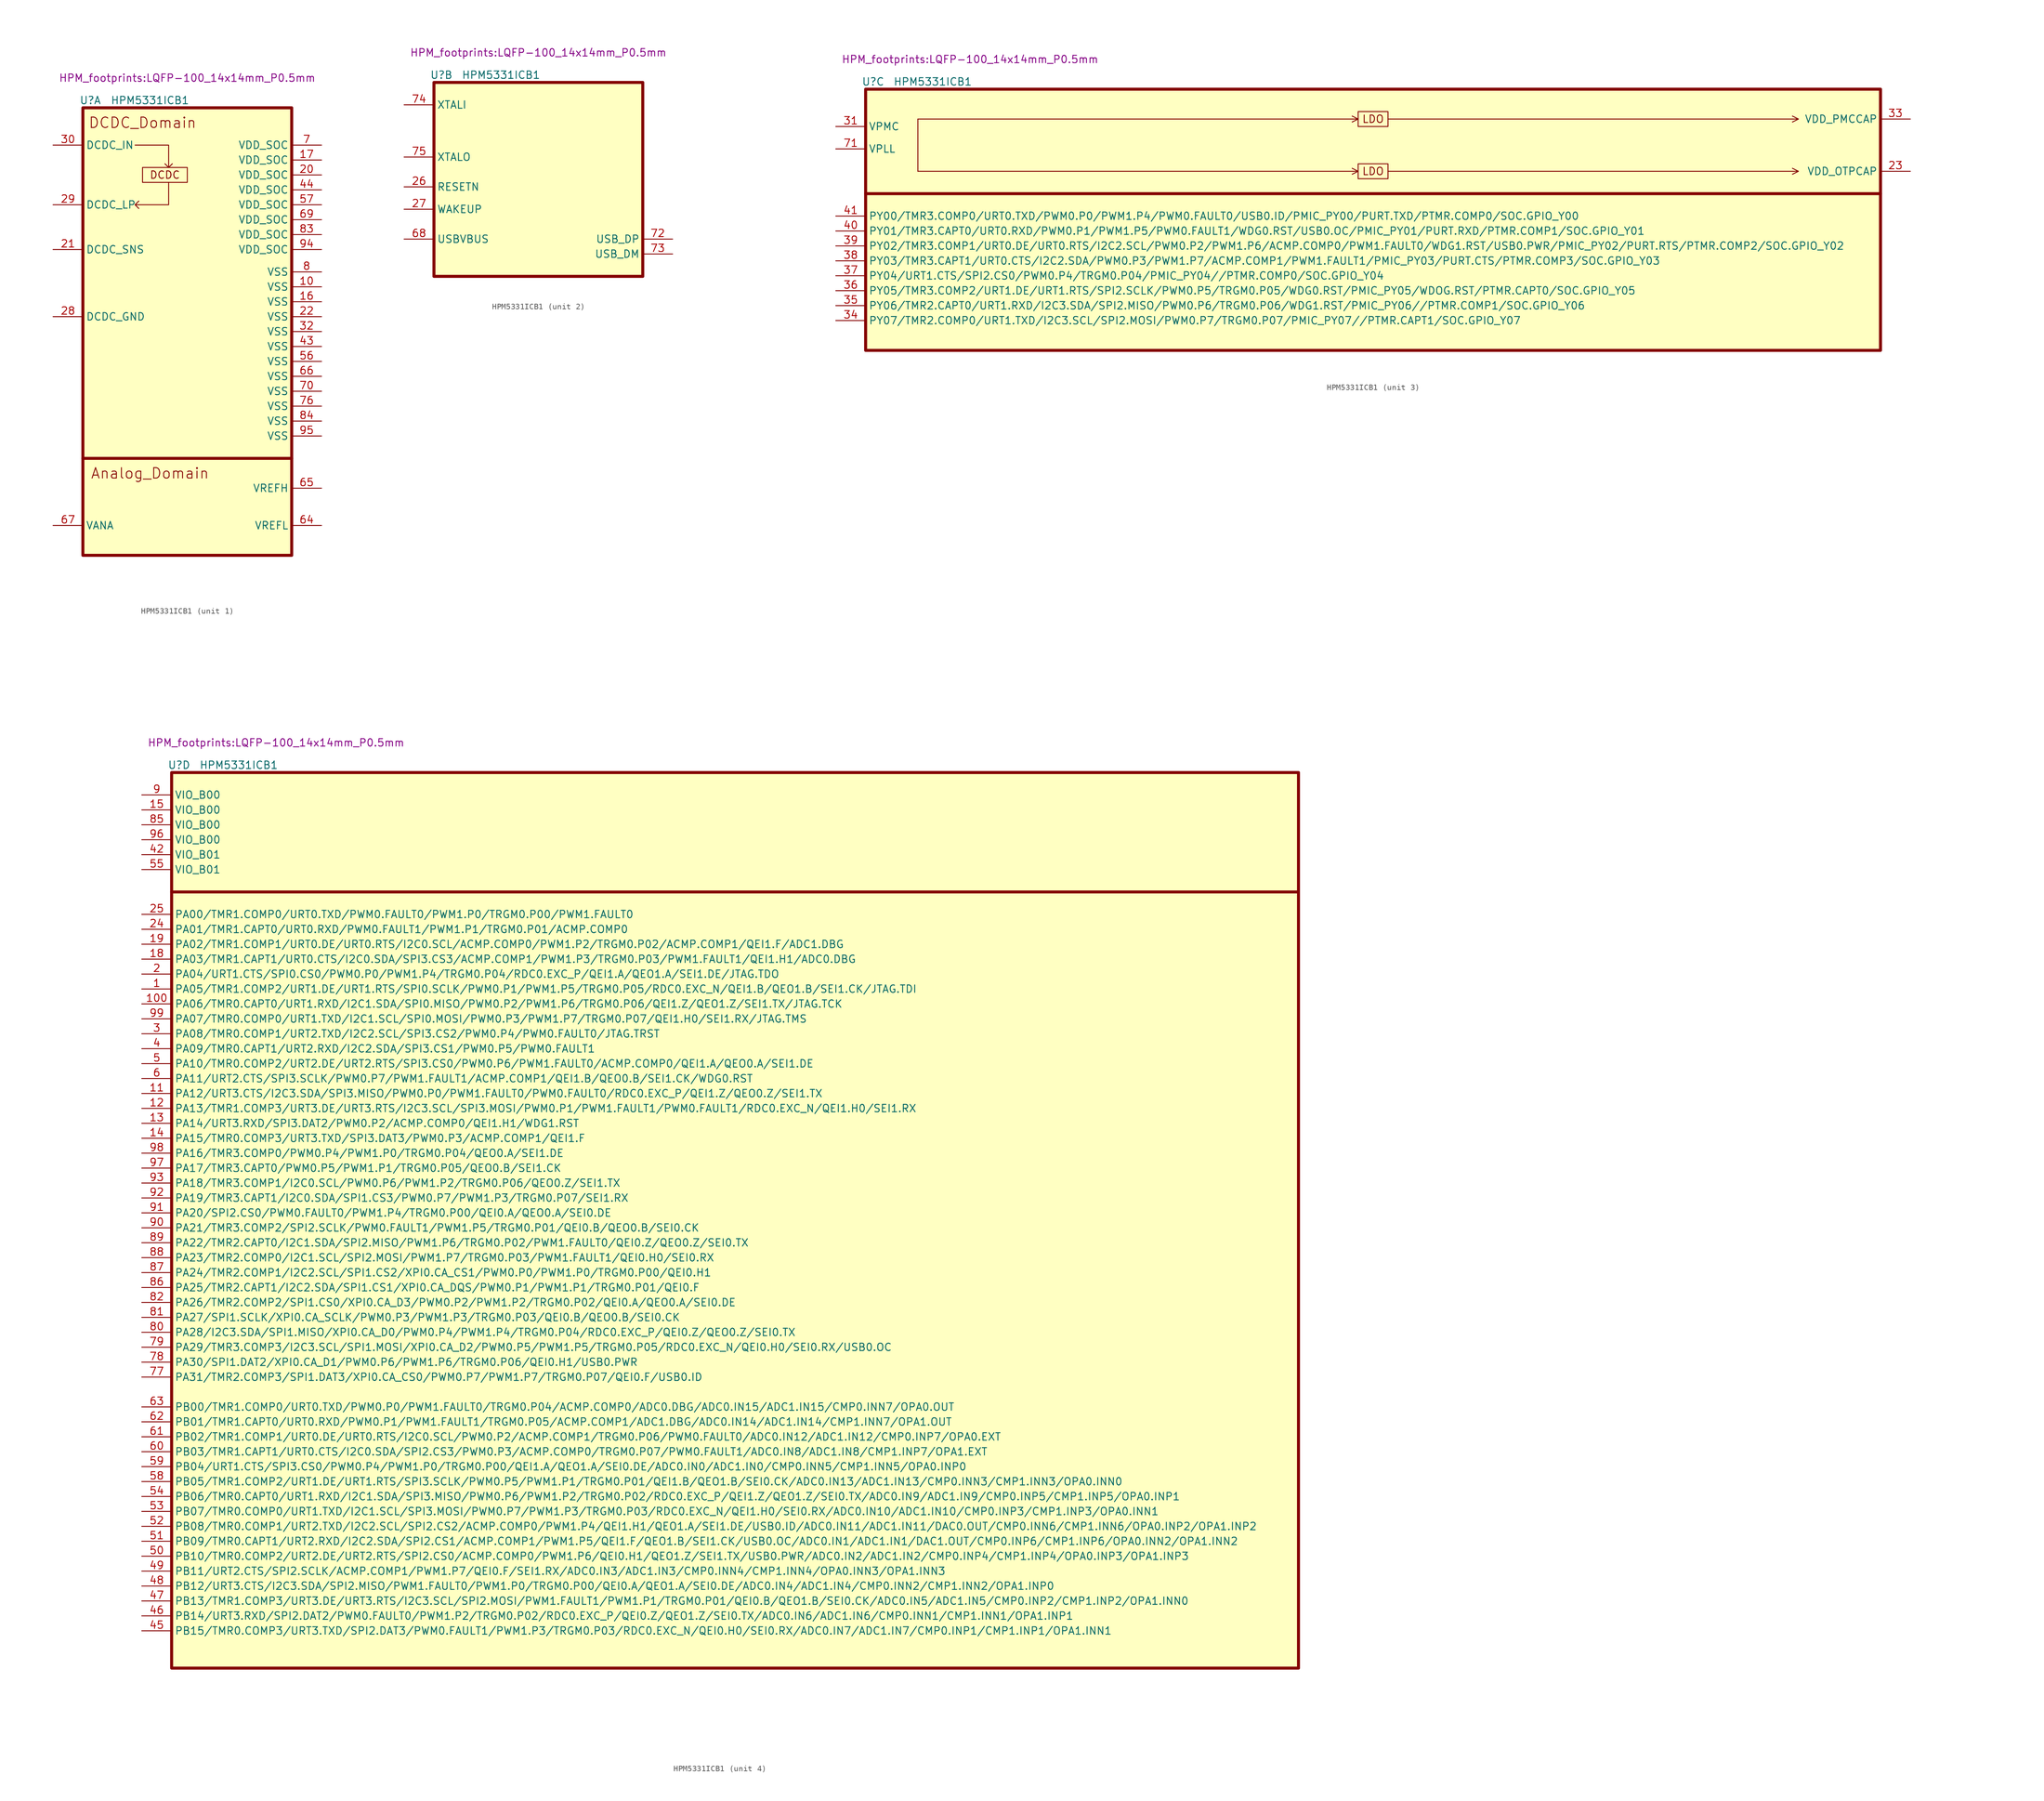
<source format=kicad_sym>
(kicad_symbol_lib
  (version 20220914)
  (generator kicad_symbol_editor)
  (symbol "HPM5331ICB1"
    (property "Reference" "U"
      (at 1.27 1.27 0)
      (effects (font (size 1.27 1.27))))
    (property "Value" "HPM5331ICB1"
      (at 11.43 1.27 0)
      (effects (font (size 1.27 1.27))))
    (property "Footprint" "HPM_footprints:LQFP-100_14x14mm_P0.5mm"
      (at 17.78 5.08 0)
      (effects (font (size 1.27 1.27))))
    (property "ki_locked" ""
      (at 0 0 0)
      (effects (font (size 1.27 1.27))))
    (symbol "HPM5331ICB1_1_1"
      (polyline (pts (xy 0 -59.69) (xy 35.56 -59.69)) (stroke (width 0.508) (type default)) (fill (type none)))
      (polyline (pts (xy 8.89 -6.35) (xy 14.605 -6.35) (xy 14.605 -10.16) (xy 13.97 -9.525) (xy 14.605 -10.16) (xy 15.24 -9.525)) (stroke (width 0) (type default)) (fill (type none)))
      (polyline (pts (xy 14.605 -12.7) (xy 14.605 -16.51) (xy 8.89 -16.51) (xy 9.525 -15.875) (xy 8.89 -16.51) (xy 9.525 -17.145)) (stroke (width 0) (type default)) (fill (type none)))
      (rectangle (start 0 0) (end 35.56 -76.2) (stroke (width 0.508) (type default)) (fill (type background)))
      (rectangle (start 10.16 -10.16) (end 17.78 -12.7) (stroke (width 0) (type default)) (fill (type none)))
      (text "Analog_Domain" (at 11.43 -62.23 0) (effects (font (size 1.778 1.778))))
      (text "DCDC" (at 13.97 -11.43 0) (effects (font (size 1.27 1.27))))
      (text "DCDC_Domain" (at 10.16 -2.54 0) (effects (font (size 1.778 1.778))))
      (pin power_in line (at 40.64 -30.48 180) (length 5.08) (name "VSS" (effects (font (size 1.27 1.27)))) (number "10" (effects (font (size 1.27 1.27)))))
      (pin power_in line (at 40.64 -33.02 180) (length 5.08) (name "VSS" (effects (font (size 1.27 1.27)))) (number "16" (effects (font (size 1.27 1.27)))))
      (pin power_in line (at 40.64 -8.89 180) (length 5.08) (name "VDD_SOC" (effects (font (size 1.27 1.27)))) (number "17" (effects (font (size 1.27 1.27)))))
      (pin power_in line (at 40.64 -11.43 180) (length 5.08) (name "VDD_SOC" (effects (font (size 1.27 1.27)))) (number "20" (effects (font (size 1.27 1.27)))))
      (pin power_in line (at -5.08 -24.13 0) (length 5.08) (name "DCDC_SNS" (effects (font (size 1.27 1.27)))) (number "21" (effects (font (size 1.27 1.27)))))
      (pin power_in line (at 40.64 -35.56 180) (length 5.08) (name "VSS" (effects (font (size 1.27 1.27)))) (number "22" (effects (font (size 1.27 1.27)))))
      (pin power_in line (at -5.08 -35.56 0) (length 5.08) (name "DCDC_GND" (effects (font (size 1.27 1.27)))) (number "28" (effects (font (size 1.27 1.27)))))
      (pin power_in line (at -5.08 -16.51 0) (length 5.08) (name "DCDC_LP" (effects (font (size 1.27 1.27)))) (number "29" (effects (font (size 1.27 1.27)))))
      (pin power_in line (at -5.08 -6.35 0) (length 5.08) (name "DCDC_IN" (effects (font (size 1.27 1.27)))) (number "30" (effects (font (size 1.27 1.27)))))
      (pin power_in line (at 40.64 -38.1 180) (length 5.08) (name "VSS" (effects (font (size 1.27 1.27)))) (number "32" (effects (font (size 1.27 1.27)))))
      (pin power_in line (at 40.64 -40.64 180) (length 5.08) (name "VSS" (effects (font (size 1.27 1.27)))) (number "43" (effects (font (size 1.27 1.27)))))
      (pin power_in line (at 40.64 -13.97 180) (length 5.08) (name "VDD_SOC" (effects (font (size 1.27 1.27)))) (number "44" (effects (font (size 1.27 1.27)))))
      (pin power_in line (at 40.64 -43.18 180) (length 5.08) (name "VSS" (effects (font (size 1.27 1.27)))) (number "56" (effects (font (size 1.27 1.27)))))
      (pin power_in line (at 40.64 -16.51 180) (length 5.08) (name "VDD_SOC" (effects (font (size 1.27 1.27)))) (number "57" (effects (font (size 1.27 1.27)))))
      (pin power_in line (at 40.64 -71.12 180) (length 5.08) (name "VREFL" (effects (font (size 1.27 1.27)))) (number "64" (effects (font (size 1.27 1.27)))))
      (pin power_in line (at 40.64 -64.77 180) (length 5.08) (name "VREFH" (effects (font (size 1.27 1.27)))) (number "65" (effects (font (size 1.27 1.27)))))
      (pin power_in line (at 40.64 -45.72 180) (length 5.08) (name "VSS" (effects (font (size 1.27 1.27)))) (number "66" (effects (font (size 1.27 1.27)))))
      (pin power_in line (at -5.08 -71.12 0) (length 5.08) (name "VANA" (effects (font (size 1.27 1.27)))) (number "67" (effects (font (size 1.27 1.27)))))
      (pin power_in line (at 40.64 -19.05 180) (length 5.08) (name "VDD_SOC" (effects (font (size 1.27 1.27)))) (number "69" (effects (font (size 1.27 1.27)))))
      (pin power_in line (at 40.64 -6.35 180) (length 5.08) (name "VDD_SOC" (effects (font (size 1.27 1.27)))) (number "7" (effects (font (size 1.27 1.27)))))
      (pin power_in line (at 40.64 -48.26 180) (length 5.08) (name "VSS" (effects (font (size 1.27 1.27)))) (number "70" (effects (font (size 1.27 1.27)))))
      (pin power_in line (at 40.64 -50.8 180) (length 5.08) (name "VSS" (effects (font (size 1.27 1.27)))) (number "76" (effects (font (size 1.27 1.27)))))
      (pin power_in line (at 40.64 -27.94 180) (length 5.08) (name "VSS" (effects (font (size 1.27 1.27)))) (number "8" (effects (font (size 1.27 1.27)))))
      (pin power_in line (at 40.64 -21.59 180) (length 5.08) (name "VDD_SOC" (effects (font (size 1.27 1.27)))) (number "83" (effects (font (size 1.27 1.27)))))
      (pin power_in line (at 40.64 -53.34 180) (length 5.08) (name "VSS" (effects (font (size 1.27 1.27)))) (number "84" (effects (font (size 1.27 1.27)))))
      (pin power_in line (at 40.64 -24.13 180) (length 5.08) (name "VDD_SOC" (effects (font (size 1.27 1.27)))) (number "94" (effects (font (size 1.27 1.27)))))
      (pin power_in line (at 40.64 -55.88 180) (length 5.08) (name "VSS" (effects (font (size 1.27 1.27)))) (number "95" (effects (font (size 1.27 1.27))))))
    (symbol "HPM5331ICB1_2_1"
      (rectangle (start 0 0) (end 35.56 -33.02) (stroke (width 0.508) (type default)) (fill (type background)))
      (pin input line (at -5.08 -17.78 0) (length 5.08) (name "RESETN" (effects (font (size 1.27 1.27)))) (number "26" (effects (font (size 1.27 1.27)))))
      (pin input line (at -5.08 -21.59 0) (length 5.08) (name "WAKEUP" (effects (font (size 1.27 1.27)))) (number "27" (effects (font (size 1.27 1.27)))))
      (pin power_in line (at -5.08 -26.67 0) (length 5.08) (name "USBVBUS" (effects (font (size 1.27 1.27)))) (number "68" (effects (font (size 1.27 1.27)))))
      (pin bidirectional line (at 40.64 -26.67 180) (length 5.08) (name "USB_DP" (effects (font (size 1.27 1.27)))) (number "72" (effects (font (size 1.27 1.27)))))
      (pin bidirectional line (at 40.64 -29.21 180) (length 5.08) (name "USB_DM" (effects (font (size 1.27 1.27)))) (number "73" (effects (font (size 1.27 1.27)))))
      (pin bidirectional line (at -5.08 -3.81 0) (length 5.08) (name "XTALI" (effects (font (size 1.27 1.27)))) (number "74" (effects (font (size 1.27 1.27)))))
      (pin bidirectional line (at -5.08 -12.7 0) (length 5.08) (name "XTALO" (effects (font (size 1.27 1.27)))) (number "75" (effects (font (size 1.27 1.27))))))
    (symbol "HPM5331ICB1_3_0"
      (polyline (pts (xy 8.89 -13.97) (xy 83.82 -13.97) (xy 82.804 -13.462) (xy 83.82 -13.97) (xy 82.804 -14.478)) (stroke (width 0) (type default)) (fill (type none)))
      (polyline (pts (xy 8.89 -5.08) (xy 83.82 -5.08) (xy 82.804 -4.572) (xy 83.82 -5.08) (xy 82.804 -5.588)) (stroke (width 0) (type default)) (fill (type none)))
      (polyline (pts (xy 88.9 -13.97) (xy 158.75 -13.97) (xy 157.734 -13.462) (xy 158.75 -13.97) (xy 157.734 -14.478)) (stroke (width 0) (type default)) (fill (type none)))
      (polyline (pts (xy 88.9 -5.08) (xy 158.75 -5.08) (xy 157.734 -4.572) (xy 158.75 -5.08) (xy 157.734 -5.588)) (stroke (width 0) (type default)) (fill (type none))))
    (symbol "HPM5331ICB1_3_1"
      (polyline (pts (xy 0 -17.78) (xy 172.72 -17.78)) (stroke (width 0.508) (type default)) (fill (type none)))
      (polyline (pts (xy 8.89 -12.7) (xy 8.89 -5.08) (xy 8.89 -13.97)) (stroke (width 0) (type default)) (fill (type none)))
      (rectangle (start 0 0) (end 172.72 -44.45) (stroke (width 0.508) (type default)) (fill (type background)))
      (rectangle (start 83.82 -12.7) (end 88.9 -15.24) (stroke (width 0) (type default)) (fill (type none)))
      (rectangle (start 83.82 -3.81) (end 88.9 -6.35) (stroke (width 0) (type default)) (fill (type none)))
      (text "LDO" (at 86.36 -13.97 0) (effects (font (size 1.27 1.27))))
      (text "LDO" (at 86.36 -5.08 0) (effects (font (size 1.27 1.27))))
      (pin power_out line (at 177.8 -13.97 180) (length 5.08) (name "VDD_OTPCAP" (effects (font (size 1.27 1.27)))) (number "23" (effects (font (size 1.27 1.27)))))
      (pin power_in line (at -5.08 -6.35 0) (length 5.08) (name "VPMC" (effects (font (size 1.27 1.27)))) (number "31" (effects (font (size 1.27 1.27)))))
      (pin power_out line (at 177.8 -5.08 180) (length 5.08) (name "VDD_PMCCAP" (effects (font (size 1.27 1.27)))) (number "33" (effects (font (size 1.27 1.27)))))
      (pin bidirectional line (at -5.08 -39.37 0) (length 5.08) (name "PY07/TMR2.COMP0/URT1.TXD/I2C3.SCL/SPI2.MOSI/PWM0.P7/TRGM0.P07/PMIC_PY07//PTMR.CAPT1/SOC.GPIO_Y07" (effects (font (size 1.27 1.27)))) (number "34" (effects (font (size 1.27 1.27)))))
      (pin bidirectional line (at -5.08 -36.83 0) (length 5.08) (name "PY06/TMR2.CAPT0/URT1.RXD/I2C3.SDA/SPI2.MISO/PWM0.P6/TRGM0.P06/WDG1.RST/PMIC_PY06//PTMR.COMP1/SOC.GPIO_Y06" (effects (font (size 1.27 1.27)))) (number "35" (effects (font (size 1.27 1.27)))))
      (pin bidirectional line (at -5.08 -34.29 0) (length 5.08) (name "PY05/TMR3.COMP2/URT1.DE/URT1.RTS/SPI2.SCLK/PWM0.P5/TRGM0.P05/WDG0.RST/PMIC_PY05/WDOG.RST/PTMR.CAPT0/SOC.GPIO_Y05" (effects (font (size 1.27 1.27)))) (number "36" (effects (font (size 1.27 1.27)))))
      (pin bidirectional line (at -5.08 -31.75 0) (length 5.08) (name "PY04/URT1.CTS/SPI2.CS0/PWM0.P4/TRGM0.P04/PMIC_PY04//PTMR.COMP0/SOC.GPIO_Y04" (effects (font (size 1.27 1.27)))) (number "37" (effects (font (size 1.27 1.27)))))
      (pin bidirectional line (at -5.08 -29.21 0) (length 5.08) (name "PY03/TMR3.CAPT1/URT0.CTS/I2C2.SDA/PWM0.P3/PWM1.P7/ACMP.COMP1/PWM1.FAULT1/PMIC_PY03/PURT.CTS/PTMR.COMP3/SOC.GPIO_Y03" (effects (font (size 1.27 1.27)))) (number "38" (effects (font (size 1.27 1.27)))))
      (pin bidirectional line (at -5.08 -26.67 0) (length 5.08) (name "PY02/TMR3.COMP1/URT0.DE/URT0.RTS/I2C2.SCL/PWM0.P2/PWM1.P6/ACMP.COMP0/PWM1.FAULT0/WDG1.RST/USB0.PWR/PMIC_PY02/PURT.RTS/PTMR.COMP2/SOC.GPIO_Y02" (effects (font (size 1.27 1.27)))) (number "39" (effects (font (size 1.27 1.27)))))
      (pin bidirectional line (at -5.08 -24.13 0) (length 5.08) (name "PY01/TMR3.CAPT0/URT0.RXD/PWM0.P1/PWM1.P5/PWM0.FAULT1/WDG0.RST/USB0.OC/PMIC_PY01/PURT.RXD/PTMR.COMP1/SOC.GPIO_Y01" (effects (font (size 1.27 1.27)))) (number "40" (effects (font (size 1.27 1.27)))))
      (pin bidirectional line (at -5.08 -21.59 0) (length 5.08) (name "PY00/TMR3.COMP0/URT0.TXD/PWM0.P0/PWM1.P4/PWM0.FAULT0/USB0.ID/PMIC_PY00/PURT.TXD/PTMR.COMP0/SOC.GPIO_Y00" (effects (font (size 1.27 1.27)))) (number "41" (effects (font (size 1.27 1.27)))))
      (pin power_in line (at -5.08 -10.16 0) (length 5.08) (name "VPLL" (effects (font (size 1.27 1.27)))) (number "71" (effects (font (size 1.27 1.27))))))
    (symbol "HPM5331ICB1_4_1"
      (polyline (pts (xy 0 -20.32) (xy 191.77 -20.32)) (stroke (width 0.5) (type default)) (fill (type none)))
      (rectangle (start 0 0) (end 191.77 -152.4) (stroke (width 0.508) (type default)) (fill (type background)))
      (pin bidirectional line (at -5.08 -36.83 0) (length 5.08) (name "PA05/TMR1.COMP2/URT1.DE/URT1.RTS/SPI0.SCLK/PWM0.P1/PWM1.P5/TRGM0.P05/RDC0.EXC_N/QEI1.B/QEO1.B/SEI1.CK/JTAG.TDI" (effects (font (size 1.27 1.27)))) (number "1" (effects (font (size 1.27 1.27)))))
      (pin bidirectional line (at -5.08 -39.37 0) (length 5.08) (name "PA06/TMR0.CAPT0/URT1.RXD/I2C1.SDA/SPI0.MISO/PWM0.P2/PWM1.P6/TRGM0.P06/QEI1.Z/QEO1.Z/SEI1.TX/JTAG.TCK" (effects (font (size 1.27 1.27)))) (number "100" (effects (font (size 1.27 1.27)))))
      (pin bidirectional line (at -5.08 -54.61 0) (length 5.08) (name "PA12/URT3.CTS/I2C3.SDA/SPI3.MISO/PWM0.P0/PWM1.FAULT0/PWM0.FAULT0/RDC0.EXC_P/QEI1.Z/QEO0.Z/SEI1.TX" (effects (font (size 1.27 1.27)))) (number "11" (effects (font (size 1.27 1.27)))))
      (pin bidirectional line (at -5.08 -57.15 0) (length 5.08) (name "PA13/TMR1.COMP3/URT3.DE/URT3.RTS/I2C3.SCL/SPI3.MOSI/PWM0.P1/PWM1.FAULT1/PWM0.FAULT1/RDC0.EXC_N/QEI1.H0/SEI1.RX" (effects (font (size 1.27 1.27)))) (number "12" (effects (font (size 1.27 1.27)))))
      (pin bidirectional line (at -5.08 -59.69 0) (length 5.08) (name "PA14/URT3.RXD/SPI3.DAT2/PWM0.P2/ACMP.COMP0/QEI1.H1/WDG1.RST" (effects (font (size 1.27 1.27)))) (number "13" (effects (font (size 1.27 1.27)))))
      (pin bidirectional line (at -5.08 -62.23 0) (length 5.08) (name "PA15/TMR0.COMP3/URT3.TXD/SPI3.DAT3/PWM0.P3/ACMP.COMP1/QEI1.F" (effects (font (size 1.27 1.27)))) (number "14" (effects (font (size 1.27 1.27)))))
      (pin power_in line (at -5.08 -6.35 0) (length 5.08) (name "VIO_B00" (effects (font (size 1.27 1.27)))) (number "15" (effects (font (size 1.27 1.27)))))
      (pin bidirectional line (at -5.08 -31.75 0) (length 5.08) (name "PA03/TMR1.CAPT1/URT0.CTS/I2C0.SDA/SPI3.CS3/ACMP.COMP1/PWM1.P3/TRGM0.P03/PWM1.FAULT1/QEI1.H1/ADC0.DBG" (effects (font (size 1.27 1.27)))) (number "18" (effects (font (size 1.27 1.27)))))
      (pin bidirectional line (at -5.08 -29.21 0) (length 5.08) (name "PA02/TMR1.COMP1/URT0.DE/URT0.RTS/I2C0.SCL/ACMP.COMP0/PWM1.P2/TRGM0.P02/ACMP.COMP1/QEI1.F/ADC1.DBG" (effects (font (size 1.27 1.27)))) (number "19" (effects (font (size 1.27 1.27)))))
      (pin bidirectional line (at -5.08 -34.29 0) (length 5.08) (name "PA04/URT1.CTS/SPI0.CS0/PWM0.P0/PWM1.P4/TRGM0.P04/RDC0.EXC_P/QEI1.A/QEO1.A/SEI1.DE/JTAG.TDO" (effects (font (size 1.27 1.27)))) (number "2" (effects (font (size 1.27 1.27)))))
      (pin bidirectional line (at -5.08 -26.67 0) (length 5.08) (name "PA01/TMR1.CAPT0/URT0.RXD/PWM0.FAULT1/PWM1.P1/TRGM0.P01/ACMP.COMP0" (effects (font (size 1.27 1.27)))) (number "24" (effects (font (size 1.27 1.27)))))
      (pin bidirectional line (at -5.08 -24.13 0) (length 5.08) (name "PA00/TMR1.COMP0/URT0.TXD/PWM0.FAULT0/PWM1.P0/TRGM0.P00/PWM1.FAULT0" (effects (font (size 1.27 1.27)))) (number "25" (effects (font (size 1.27 1.27)))))
      (pin bidirectional line (at -5.08 -44.45 0) (length 5.08) (name "PA08/TMR0.COMP1/URT2.TXD/I2C2.SCL/SPI3.CS2/PWM0.P4/PWM0.FAULT0/JTAG.TRST" (effects (font (size 1.27 1.27)))) (number "3" (effects (font (size 1.27 1.27)))))
      (pin bidirectional line (at -5.08 -46.99 0) (length 5.08) (name "PA09/TMR0.CAPT1/URT2.RXD/I2C2.SDA/SPI3.CS1/PWM0.P5/PWM0.FAULT1" (effects (font (size 1.27 1.27)))) (number "4" (effects (font (size 1.27 1.27)))))
      (pin power_in line (at -5.08 -13.97 0) (length 5.08) (name "VIO_B01" (effects (font (size 1.27 1.27)))) (number "42" (effects (font (size 1.27 1.27)))))
      (pin bidirectional line (at -5.08 -146.05 0) (length 5.08) (name "PB15/TMR0.COMP3/URT3.TXD/SPI2.DAT3/PWM0.FAULT1/PWM1.P3/TRGM0.P03/RDC0.EXC_N/QEI0.H0/SEI0.RX/ADC0.IN7/ADC1.IN7/CMP0.INP1/CMP1.INP1/OPA1.INN1" (effects (font (size 1.27 1.27)))) (number "45" (effects (font (size 1.27 1.27)))))
      (pin bidirectional line (at -5.08 -143.51 0) (length 5.08) (name "PB14/URT3.RXD/SPI2.DAT2/PWM0.FAULT0/PWM1.P2/TRGM0.P02/RDC0.EXC_P/QEI0.Z/QEO1.Z/SEI0.TX/ADC0.IN6/ADC1.IN6/CMP0.INN1/CMP1.INN1/OPA1.INP1" (effects (font (size 1.27 1.27)))) (number "46" (effects (font (size 1.27 1.27)))))
      (pin bidirectional line (at -5.08 -140.97 0) (length 5.08) (name "PB13/TMR1.COMP3/URT3.DE/URT3.RTS/I2C3.SCL/SPI2.MOSI/PWM1.FAULT1/PWM1.P1/TRGM0.P01/QEI0.B/QEO1.B/SEI0.CK/ADC0.IN5/ADC1.IN5/CMP0.INP2/CMP1.INP2/OPA1.INN0" (effects (font (size 1.27 1.27)))) (number "47" (effects (font (size 1.27 1.27)))))
      (pin bidirectional line (at -5.08 -138.43 0) (length 5.08) (name "PB12/URT3.CTS/I2C3.SDA/SPI2.MISO/PWM1.FAULT0/PWM1.P0/TRGM0.P00/QEI0.A/QEO1.A/SEI0.DE/ADC0.IN4/ADC1.IN4/CMP0.INN2/CMP1.INN2/OPA1.INP0" (effects (font (size 1.27 1.27)))) (number "48" (effects (font (size 1.27 1.27)))))
      (pin bidirectional line (at -5.08 -135.89 0) (length 5.08) (name "PB11/URT2.CTS/SPI2.SCLK/ACMP.COMP1/PWM1.P7/QEI0.F/SEI1.RX/ADC0.IN3/ADC1.IN3/CMP0.INN4/CMP1.INN4/OPA0.INN3/OPA1.INN3" (effects (font (size 1.27 1.27)))) (number "49" (effects (font (size 1.27 1.27)))))
      (pin bidirectional line (at -5.08 -49.53 0) (length 5.08) (name "PA10/TMR0.COMP2/URT2.DE/URT2.RTS/SPI3.CS0/PWM0.P6/PWM1.FAULT0/ACMP.COMP0/QEI1.A/QEO0.A/SEI1.DE" (effects (font (size 1.27 1.27)))) (number "5" (effects (font (size 1.27 1.27)))))
      (pin bidirectional line (at -5.08 -133.35 0) (length 5.08) (name "PB10/TMR0.COMP2/URT2.DE/URT2.RTS/SPI2.CS0/ACMP.COMP0/PWM1.P6/QEI0.H1/QEO1.Z/SEI1.TX/USB0.PWR/ADC0.IN2/ADC1.IN2/CMP0.INP4/CMP1.INP4/OPA0.INP3/OPA1.INP3" (effects (font (size 1.27 1.27)))) (number "50" (effects (font (size 1.27 1.27)))))
      (pin bidirectional line (at -5.08 -130.81 0) (length 5.08) (name "PB09/TMR0.CAPT1/URT2.RXD/I2C2.SDA/SPI2.CS1/ACMP.COMP1/PWM1.P5/QEI1.F/QEO1.B/SEI1.CK/USB0.OC/ADC0.IN1/ADC1.IN1/DAC1.OUT/CMP0.INP6/CMP1.INP6/OPA0.INN2/OPA1.INN2" (effects (font (size 1.27 1.27)))) (number "51" (effects (font (size 1.27 1.27)))))
      (pin bidirectional line (at -5.08 -128.27 0) (length 5.08) (name "PB08/TMR0.COMP1/URT2.TXD/I2C2.SCL/SPI2.CS2/ACMP.COMP0/PWM1.P4/QEI1.H1/QEO1.A/SEI1.DE/USB0.ID/ADC0.IN11/ADC1.IN11/DAC0.OUT/CMP0.INN6/CMP1.INN6/OPA0.INP2/OPA1.INP2" (effects (font (size 1.27 1.27)))) (number "52" (effects (font (size 1.27 1.27)))))
      (pin bidirectional line (at -5.08 -125.73 0) (length 5.08) (name "PB07/TMR0.COMP0/URT1.TXD/I2C1.SCL/SPI3.MOSI/PWM0.P7/PWM1.P3/TRGM0.P03/RDC0.EXC_N/QEI1.H0/SEI0.RX/ADC0.IN10/ADC1.IN10/CMP0.INP3/CMP1.INP3/OPA0.INN1" (effects (font (size 1.27 1.27)))) (number "53" (effects (font (size 1.27 1.27)))))
      (pin bidirectional line (at -5.08 -123.19 0) (length 5.08) (name "PB06/TMR0.CAPT0/URT1.RXD/I2C1.SDA/SPI3.MISO/PWM0.P6/PWM1.P2/TRGM0.P02/RDC0.EXC_P/QEI1.Z/QEO1.Z/SEI0.TX/ADC0.IN9/ADC1.IN9/CMP0.INP5/CMP1.INP5/OPA0.INP1" (effects (font (size 1.27 1.27)))) (number "54" (effects (font (size 1.27 1.27)))))
      (pin power_in line (at -5.08 -16.51 0) (length 5.08) (name "VIO_B01" (effects (font (size 1.27 1.27)))) (number "55" (effects (font (size 1.27 1.27)))))
      (pin bidirectional line (at -5.08 -120.65 0) (length 5.08) (name "PB05/TMR1.COMP2/URT1.DE/URT1.RTS/SPI3.SCLK/PWM0.P5/PWM1.P1/TRGM0.P01/QEI1.B/QEO1.B/SEI0.CK/ADC0.IN13/ADC1.IN13/CMP0.INN3/CMP1.INN3/OPA0.INN0" (effects (font (size 1.27 1.27)))) (number "58" (effects (font (size 1.27 1.27)))))
      (pin bidirectional line (at -5.08 -118.11 0) (length 5.08) (name "PB04/URT1.CTS/SPI3.CS0/PWM0.P4/PWM1.P0/TRGM0.P00/QEI1.A/QEO1.A/SEI0.DE/ADC0.IN0/ADC1.IN0/CMP0.INN5/CMP1.INN5/OPA0.INP0" (effects (font (size 1.27 1.27)))) (number "59" (effects (font (size 1.27 1.27)))))
      (pin bidirectional line (at -5.08 -52.07 0) (length 5.08) (name "PA11/URT2.CTS/SPI3.SCLK/PWM0.P7/PWM1.FAULT1/ACMP.COMP1/QEI1.B/QEO0.B/SEI1.CK/WDG0.RST" (effects (font (size 1.27 1.27)))) (number "6" (effects (font (size 1.27 1.27)))))
      (pin bidirectional line (at -5.08 -115.57 0) (length 5.08) (name "PB03/TMR1.CAPT1/URT0.CTS/I2C0.SDA/SPI2.CS3/PWM0.P3/ACMP.COMP0/TRGM0.P07/PWM0.FAULT1/ADC0.IN8/ADC1.IN8/CMP1.INP7/OPA1.EXT" (effects (font (size 1.27 1.27)))) (number "60" (effects (font (size 1.27 1.27)))))
      (pin bidirectional line (at -5.08 -113.03 0) (length 5.08) (name "PB02/TMR1.COMP1/URT0.DE/URT0.RTS/I2C0.SCL/PWM0.P2/ACMP.COMP1/TRGM0.P06/PWM0.FAULT0/ADC0.IN12/ADC1.IN12/CMP0.INP7/OPA0.EXT" (effects (font (size 1.27 1.27)))) (number "61" (effects (font (size 1.27 1.27)))))
      (pin bidirectional line (at -5.08 -110.49 0) (length 5.08) (name "PB01/TMR1.CAPT0/URT0.RXD/PWM0.P1/PWM1.FAULT1/TRGM0.P05/ACMP.COMP1/ADC1.DBG/ADC0.IN14/ADC1.IN14/CMP1.INN7/OPA1.OUT" (effects (font (size 1.27 1.27)))) (number "62" (effects (font (size 1.27 1.27)))))
      (pin bidirectional line (at -5.08 -107.95 0) (length 5.08) (name "PB00/TMR1.COMP0/URT0.TXD/PWM0.P0/PWM1.FAULT0/TRGM0.P04/ACMP.COMP0/ADC0.DBG/ADC0.IN15/ADC1.IN15/CMP0.INN7/OPA0.OUT" (effects (font (size 1.27 1.27)))) (number "63" (effects (font (size 1.27 1.27)))))
      (pin bidirectional line (at -5.08 -102.87 0) (length 5.08) (name "PA31/TMR2.COMP3/SPI1.DAT3/XPI0.CA_CS0/PWM0.P7/PWM1.P7/TRGM0.P07/QEI0.F/USB0.ID" (effects (font (size 1.27 1.27)))) (number "77" (effects (font (size 1.27 1.27)))))
      (pin bidirectional line (at -5.08 -100.33 0) (length 5.08) (name "PA30/SPI1.DAT2/XPI0.CA_D1/PWM0.P6/PWM1.P6/TRGM0.P06/QEI0.H1/USB0.PWR" (effects (font (size 1.27 1.27)))) (number "78" (effects (font (size 1.27 1.27)))))
      (pin bidirectional line (at -5.08 -97.79 0) (length 5.08) (name "PA29/TMR3.COMP3/I2C3.SCL/SPI1.MOSI/XPI0.CA_D2/PWM0.P5/PWM1.P5/TRGM0.P05/RDC0.EXC_N/QEI0.H0/SEI0.RX/USB0.OC" (effects (font (size 1.27 1.27)))) (number "79" (effects (font (size 1.27 1.27)))))
      (pin bidirectional line (at -5.08 -95.25 0) (length 5.08) (name "PA28/I2C3.SDA/SPI1.MISO/XPI0.CA_D0/PWM0.P4/PWM1.P4/TRGM0.P04/RDC0.EXC_P/QEI0.Z/QEO0.Z/SEI0.TX" (effects (font (size 1.27 1.27)))) (number "80" (effects (font (size 1.27 1.27)))))
      (pin bidirectional line (at -5.08 -92.71 0) (length 5.08) (name "PA27/SPI1.SCLK/XPI0.CA_SCLK/PWM0.P3/PWM1.P3/TRGM0.P03/QEI0.B/QEO0.B/SEI0.CK" (effects (font (size 1.27 1.27)))) (number "81" (effects (font (size 1.27 1.27)))))
      (pin bidirectional line (at -5.08 -90.17 0) (length 5.08) (name "PA26/TMR2.COMP2/SPI1.CS0/XPI0.CA_D3/PWM0.P2/PWM1.P2/TRGM0.P02/QEI0.A/QEO0.A/SEI0.DE" (effects (font (size 1.27 1.27)))) (number "82" (effects (font (size 1.27 1.27)))))
      (pin power_in line (at -5.08 -8.89 0) (length 5.08) (name "VIO_B00" (effects (font (size 1.27 1.27)))) (number "85" (effects (font (size 1.27 1.27)))))
      (pin bidirectional line (at -5.08 -87.63 0) (length 5.08) (name "PA25/TMR2.CAPT1/I2C2.SDA/SPI1.CS1/XPI0.CA_DQS/PWM0.P1/PWM1.P1/TRGM0.P01/QEI0.F" (effects (font (size 1.27 1.27)))) (number "86" (effects (font (size 1.27 1.27)))))
      (pin bidirectional line (at -5.08 -85.09 0) (length 5.08) (name "PA24/TMR2.COMP1/I2C2.SCL/SPI1.CS2/XPI0.CA_CS1/PWM0.P0/PWM1.P0/TRGM0.P00/QEI0.H1" (effects (font (size 1.27 1.27)))) (number "87" (effects (font (size 1.27 1.27)))))
      (pin bidirectional line (at -5.08 -82.55 0) (length 5.08) (name "PA23/TMR2.COMP0/I2C1.SCL/SPI2.MOSI/PWM1.P7/TRGM0.P03/PWM1.FAULT1/QEI0.H0/SEI0.RX" (effects (font (size 1.27 1.27)))) (number "88" (effects (font (size 1.27 1.27)))))
      (pin bidirectional line (at -5.08 -80.01 0) (length 5.08) (name "PA22/TMR2.CAPT0/I2C1.SDA/SPI2.MISO/PWM1.P6/TRGM0.P02/PWM1.FAULT0/QEI0.Z/QEO0.Z/SEI0.TX" (effects (font (size 1.27 1.27)))) (number "89" (effects (font (size 1.27 1.27)))))
      (pin power_in line (at -5.08 -3.81 0) (length 5.08) (name "VIO_B00" (effects (font (size 1.27 1.27)))) (number "9" (effects (font (size 1.27 1.27)))))
      (pin bidirectional line (at -5.08 -77.47 0) (length 5.08) (name "PA21/TMR3.COMP2/SPI2.SCLK/PWM0.FAULT1/PWM1.P5/TRGM0.P01/QEI0.B/QEO0.B/SEI0.CK" (effects (font (size 1.27 1.27)))) (number "90" (effects (font (size 1.27 1.27)))))
      (pin bidirectional line (at -5.08 -74.93 0) (length 5.08) (name "PA20/SPI2.CS0/PWM0.FAULT0/PWM1.P4/TRGM0.P00/QEI0.A/QEO0.A/SEI0.DE" (effects (font (size 1.27 1.27)))) (number "91" (effects (font (size 1.27 1.27)))))
      (pin bidirectional line (at -5.08 -72.39 0) (length 5.08) (name "PA19/TMR3.CAPT1/I2C0.SDA/SPI1.CS3/PWM0.P7/PWM1.P3/TRGM0.P07/SEI1.RX" (effects (font (size 1.27 1.27)))) (number "92" (effects (font (size 1.27 1.27)))))
      (pin bidirectional line (at -5.08 -69.85 0) (length 5.08) (name "PA18/TMR3.COMP1/I2C0.SCL/PWM0.P6/PWM1.P2/TRGM0.P06/QEO0.Z/SEI1.TX" (effects (font (size 1.27 1.27)))) (number "93" (effects (font (size 1.27 1.27)))))
      (pin power_in line (at -5.08 -11.43 0) (length 5.08) (name "VIO_B00" (effects (font (size 1.27 1.27)))) (number "96" (effects (font (size 1.27 1.27)))))
      (pin bidirectional line (at -5.08 -67.31 0) (length 5.08) (name "PA17/TMR3.CAPT0/PWM0.P5/PWM1.P1/TRGM0.P05/QEO0.B/SEI1.CK" (effects (font (size 1.27 1.27)))) (number "97" (effects (font (size 1.27 1.27)))))
      (pin bidirectional line (at -5.08 -64.77 0) (length 5.08) (name "PA16/TMR3.COMP0/PWM0.P4/PWM1.P0/TRGM0.P04/QEO0.A/SEI1.DE" (effects (font (size 1.27 1.27)))) (number "98" (effects (font (size 1.27 1.27)))))
      (pin bidirectional line (at -5.08 -41.91 0) (length 5.08) (name "PA07/TMR0.COMP0/URT1.TXD/I2C1.SCL/SPI0.MOSI/PWM0.P3/PWM1.P7/TRGM0.P07/QEI1.H0/SEI1.RX/JTAG.TMS" (effects (font (size 1.27 1.27)))) (number "99" (effects (font (size 1.27 1.27))))))))
</source>
